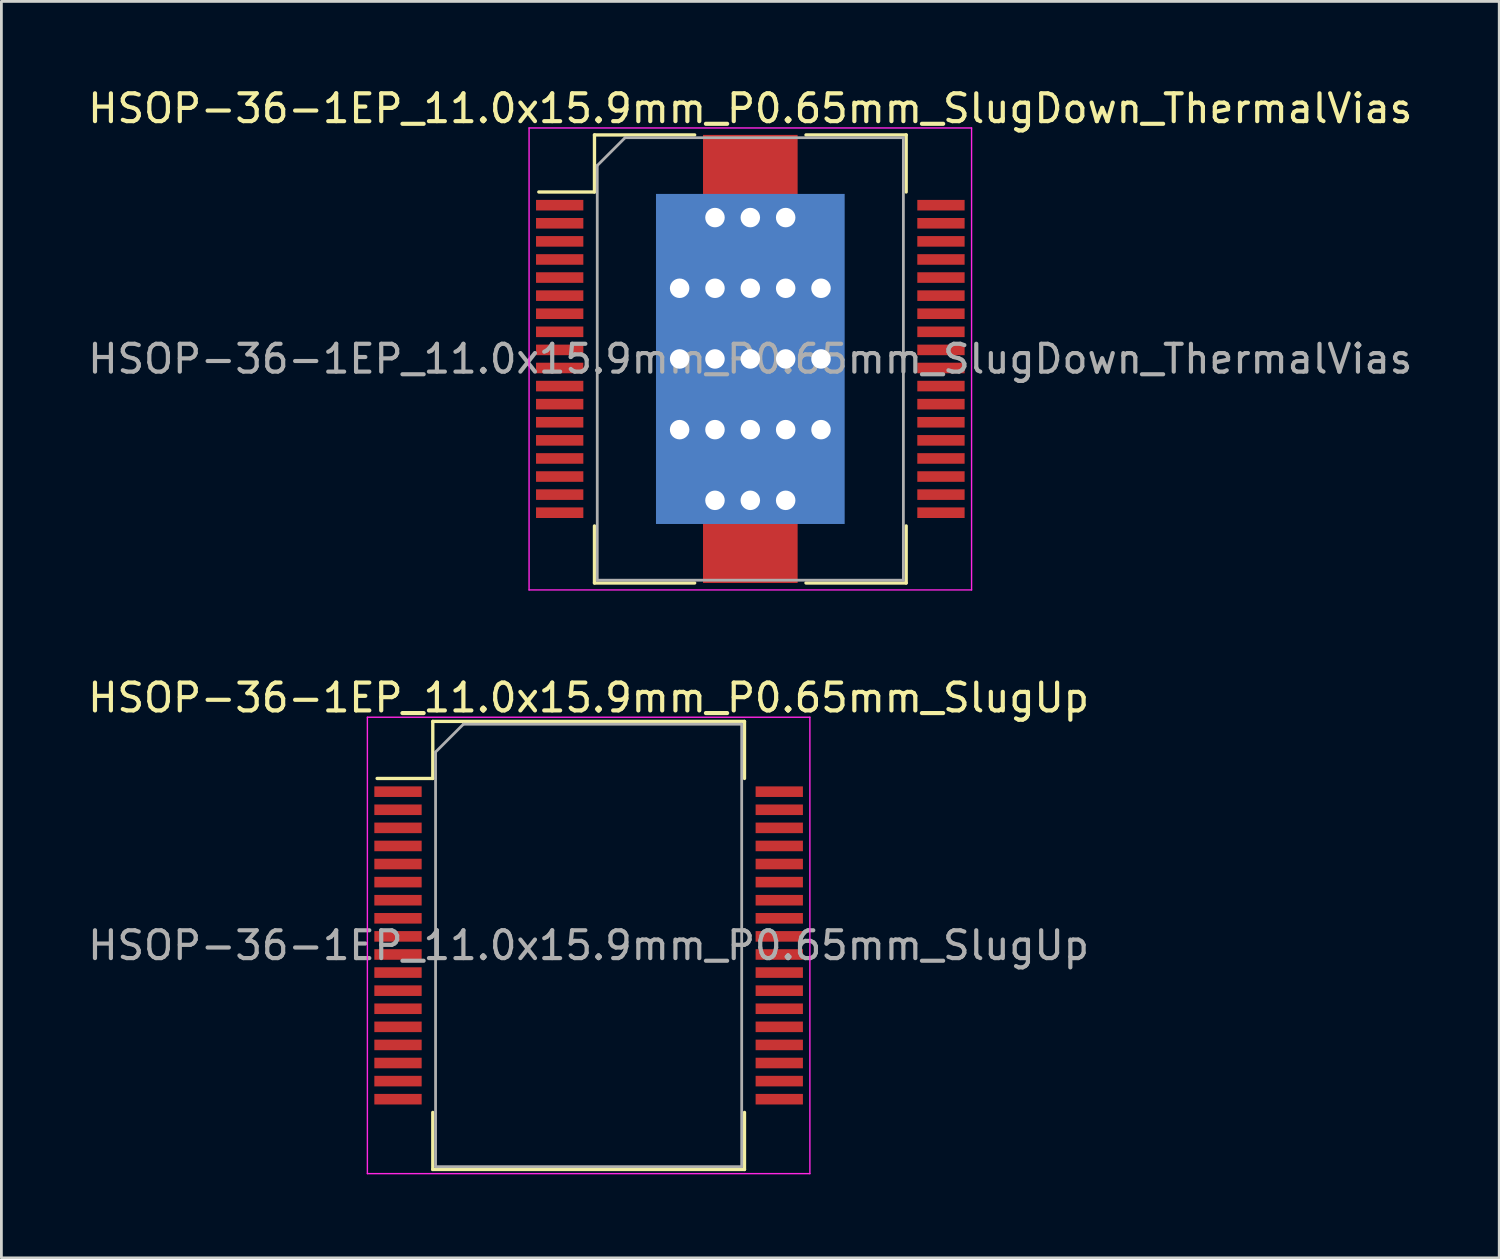
<source format=kicad_pcb>
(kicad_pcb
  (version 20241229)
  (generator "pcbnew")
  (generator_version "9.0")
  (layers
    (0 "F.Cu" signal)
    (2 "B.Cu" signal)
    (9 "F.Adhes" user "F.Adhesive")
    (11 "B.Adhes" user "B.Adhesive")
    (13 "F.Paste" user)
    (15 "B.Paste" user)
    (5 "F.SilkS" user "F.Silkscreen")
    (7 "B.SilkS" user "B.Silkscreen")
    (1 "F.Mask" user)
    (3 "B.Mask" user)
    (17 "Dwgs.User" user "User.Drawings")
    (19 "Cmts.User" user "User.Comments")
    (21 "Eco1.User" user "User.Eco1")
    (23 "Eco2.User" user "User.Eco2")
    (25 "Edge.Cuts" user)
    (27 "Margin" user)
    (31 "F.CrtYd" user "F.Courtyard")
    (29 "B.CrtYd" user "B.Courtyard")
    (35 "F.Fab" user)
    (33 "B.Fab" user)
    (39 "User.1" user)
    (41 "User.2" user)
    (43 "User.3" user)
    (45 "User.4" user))
  (footprint "HSOP-36-1EP_11.0x15.9mm_P0.65mm_SlugUp"
    (layer "F.Cu")
    (at 18.101 30.922)
    (property "Reference" "HSOP-36-1EP_11.0x15.9mm_P0.65mm_SlugUp" (at 0 -8.9 0) (layer "F.SilkS") (effects (font (size 1 1) (thickness 0.15))))
    (attr smd)
    (fp_line (start -5.6 -8.05) (end -5.6 -6) (stroke (width 0.12) (type solid)) (layer "F.SilkS"))
    (fp_line (start -5.6 -6) (end -7.6 -6) (stroke (width 0.12) (type solid)) (layer "F.SilkS"))
    (fp_line (start -5.6 8.05) (end -5.6 6) (stroke (width 0.12) (type solid)) (layer "F.SilkS"))
    (fp_line (start 5.6 -8.05) (end -5.6 -8.05) (stroke (width 0.12) (type solid)) (layer "F.SilkS"))
    (fp_line (start 5.6 -8.05) (end 5.6 -6) (stroke (width 0.12) (type solid)) (layer "F.SilkS"))
    (fp_line (start 5.6 8.05) (end -5.6 8.05) (stroke (width 0.12) (type solid)) (layer "F.SilkS"))
    (fp_line (start 5.6 8.05) (end 5.6 6) (stroke (width 0.12) (type solid)) (layer "F.SilkS"))
    (fp_line (start -7.95 -8.2) (end -7.95 8.2) (stroke (width 0.05) (type solid)) (layer "F.CrtYd"))
    (fp_line (start -7.95 -8.2) (end 7.95 -8.2) (stroke (width 0.05) (type solid)) (layer "F.CrtYd"))
    (fp_line (start 7.95 8.2) (end -7.95 8.2) (stroke (width 0.05) (type solid)) (layer "F.CrtYd"))
    (fp_line (start 7.95 8.2) (end 7.95 -8.2) (stroke (width 0.05) (type solid)) (layer "F.CrtYd"))
    (fp_line (start -5.5 -6.95) (end -5.5 7.95) (stroke (width 0.1) (type solid)) (layer "F.Fab"))
    (fp_line (start -5.5 7.95) (end 5.5 7.95) (stroke (width 0.1) (type solid)) (layer "F.Fab"))
    (fp_line (start -4.5 -7.95) (end -5.5 -6.95) (stroke (width 0.1) (type solid)) (layer "F.Fab"))
    (fp_line (start 5.5 -7.95) (end -4.5 -7.95) (stroke (width 0.1) (type solid)) (layer "F.Fab"))
    (fp_line (start 5.5 7.95) (end 5.5 -7.95) (stroke (width 0.1) (type solid)) (layer "F.Fab"))
    (fp_text user "${REFERENCE}" (at 0 0 0) (layer "F.Fab") (effects (font (size 1 1) (thickness 0.15))))
    (pad "1" smd rect (at -6.85 -5.525) (size 1.7 0.38) (layers "F.Cu" "F.Mask" "F.Paste"))
    (pad "2" smd rect (at -6.85 -4.875) (size 1.7 0.38) (layers "F.Cu" "F.Mask" "F.Paste"))
    (pad "3" smd rect (at -6.85 -4.225) (size 1.7 0.38) (layers "F.Cu" "F.Mask" "F.Paste"))
    (pad "4" smd rect (at -6.85 -3.575) (size 1.7 0.38) (layers "F.Cu" "F.Mask" "F.Paste"))
    (pad "5" smd rect (at -6.85 -2.925) (size 1.7 0.38) (layers "F.Cu" "F.Mask" "F.Paste"))
    (pad "6" smd rect (at -6.85 -2.275) (size 1.7 0.38) (layers "F.Cu" "F.Mask" "F.Paste"))
    (pad "7" smd rect (at -6.85 -1.625) (size 1.7 0.38) (layers "F.Cu" "F.Mask" "F.Paste"))
    (pad "8" smd rect (at -6.85 -0.975) (size 1.7 0.38) (layers "F.Cu" "F.Mask" "F.Paste"))
    (pad "9" smd rect (at -6.85 -0.325) (size 1.7 0.38) (layers "F.Cu" "F.Mask" "F.Paste"))
    (pad "10" smd rect (at -6.85 0.325) (size 1.7 0.38) (layers "F.Cu" "F.Mask" "F.Paste"))
    (pad "11" smd rect (at -6.85 0.975) (size 1.7 0.38) (layers "F.Cu" "F.Mask" "F.Paste"))
    (pad "12" smd rect (at -6.85 1.625) (size 1.7 0.38) (layers "F.Cu" "F.Mask" "F.Paste"))
    (pad "13" smd rect (at -6.85 2.275) (size 1.7 0.38) (layers "F.Cu" "F.Mask" "F.Paste"))
    (pad "14" smd rect (at -6.85 2.925) (size 1.7 0.38) (layers "F.Cu" "F.Mask" "F.Paste"))
    (pad "15" smd rect (at -6.85 3.575) (size 1.7 0.38) (layers "F.Cu" "F.Mask" "F.Paste"))
    (pad "16" smd rect (at -6.85 4.225) (size 1.7 0.38) (layers "F.Cu" "F.Mask" "F.Paste"))
    (pad "17" smd rect (at -6.85 4.875) (size 1.7 0.38) (layers "F.Cu" "F.Mask" "F.Paste"))
    (pad "18" smd rect (at -6.85 5.525) (size 1.7 0.38) (layers "F.Cu" "F.Mask" "F.Paste"))
    (pad "19" smd rect (at 6.85 5.525) (size 1.7 0.38) (layers "F.Cu" "F.Mask" "F.Paste"))
    (pad "20" smd rect (at 6.85 4.875) (size 1.7 0.38) (layers "F.Cu" "F.Mask" "F.Paste"))
    (pad "21" smd rect (at 6.85 4.225) (size 1.7 0.38) (layers "F.Cu" "F.Mask" "F.Paste"))
    (pad "22" smd rect (at 6.85 3.575) (size 1.7 0.38) (layers "F.Cu" "F.Mask" "F.Paste"))
    (pad "23" smd rect (at 6.85 2.925) (size 1.7 0.38) (layers "F.Cu" "F.Mask" "F.Paste"))
    (pad "24" smd rect (at 6.85 2.275) (size 1.7 0.38) (layers "F.Cu" "F.Mask" "F.Paste"))
    (pad "25" smd rect (at 6.85 1.625) (size 1.7 0.38) (layers "F.Cu" "F.Mask" "F.Paste"))
    (pad "26" smd rect (at 6.85 0.975) (size 1.7 0.38) (layers "F.Cu" "F.Mask" "F.Paste"))
    (pad "27" smd rect (at 6.85 0.325) (size 1.7 0.38) (layers "F.Cu" "F.Mask" "F.Paste"))
    (pad "28" smd rect (at 6.85 -0.325) (size 1.7 0.38) (layers "F.Cu" "F.Mask" "F.Paste"))
    (pad "29" smd rect (at 6.85 -0.975) (size 1.7 0.38) (layers "F.Cu" "F.Mask" "F.Paste"))
    (pad "30" smd rect (at 6.85 -1.625) (size 1.7 0.38) (layers "F.Cu" "F.Mask" "F.Paste"))
    (pad "31" smd rect (at 6.85 -2.275) (size 1.7 0.38) (layers "F.Cu" "F.Mask" "F.Paste"))
    (pad "32" smd rect (at 6.85 -2.925) (size 1.7 0.38) (layers "F.Cu" "F.Mask" "F.Paste"))
    (pad "33" smd rect (at 6.85 -3.575) (size 1.7 0.38) (layers "F.Cu" "F.Mask" "F.Paste"))
    (pad "34" smd rect (at 6.85 -4.225) (size 1.7 0.38) (layers "F.Cu" "F.Mask" "F.Paste"))
    (pad "35" smd rect (at 6.85 -4.875) (size 1.7 0.38) (layers "F.Cu" "F.Mask" "F.Paste"))
    (pad "36" smd rect (at 6.85 -5.525) (size 1.7 0.38) (layers "F.Cu" "F.Mask" "F.Paste")))
  (footprint "HSOP-36-1EP_11.0x15.9mm_P0.65mm_SlugDown_ThermalVias"
    (layer "F.Cu")
    (at 23.911 9.848)
    (property "Reference" "HSOP-36-1EP_11.0x15.9mm_P0.65mm_SlugDown_ThermalVias" (at 0 -9 0) (layer "F.SilkS") (effects (font (size 1 1) (thickness 0.15))))
    (attr smd)
    (fp_line (start -5.6 -8.05) (end -5.6 -6) (stroke (width 0.12) (type solid)) (layer "F.SilkS"))
    (fp_line (start -5.6 -6) (end -7.6 -6) (stroke (width 0.12) (type solid)) (layer "F.SilkS"))
    (fp_line (start -5.6 8.05) (end -5.6 6) (stroke (width 0.12) (type solid)) (layer "F.SilkS"))
    (fp_line (start -2 -8.05) (end -5.6 -8.05) (stroke (width 0.12) (type solid)) (layer "F.SilkS"))
    (fp_line (start -2 8.05) (end -5.6 8.05) (stroke (width 0.12) (type solid)) (layer "F.SilkS"))
    (fp_line (start 5.6 -8.05) (end 2 -8.05) (stroke (width 0.12) (type solid)) (layer "F.SilkS"))
    (fp_line (start 5.6 -8.05) (end 5.6 -6) (stroke (width 0.12) (type solid)) (layer "F.SilkS"))
    (fp_line (start 5.6 8.05) (end 2 8.05) (stroke (width 0.12) (type solid)) (layer "F.SilkS"))
    (fp_line (start 5.6 8.05) (end 5.6 6) (stroke (width 0.12) (type solid)) (layer "F.SilkS"))
    (fp_line (start -7.95 -8.3) (end -7.95 8.3) (stroke (width 0.05) (type solid)) (layer "F.CrtYd"))
    (fp_line (start -7.95 -8.3) (end 7.95 -8.3) (stroke (width 0.05) (type solid)) (layer "F.CrtYd"))
    (fp_line (start 7.95 8.3) (end -7.95 8.3) (stroke (width 0.05) (type solid)) (layer "F.CrtYd"))
    (fp_line (start 7.95 8.3) (end 7.95 -8.3) (stroke (width 0.05) (type solid)) (layer "F.CrtYd"))
    (fp_line (start -5.5 -6.95) (end -5.5 7.95) (stroke (width 0.1) (type solid)) (layer "F.Fab"))
    (fp_line (start -5.5 7.95) (end 5.5 7.95) (stroke (width 0.1) (type solid)) (layer "F.Fab"))
    (fp_line (start -4.5 -7.95) (end -5.5 -6.95) (stroke (width 0.1) (type solid)) (layer "F.Fab"))
    (fp_line (start 5.5 -7.95) (end -4.5 -7.95) (stroke (width 0.1) (type solid)) (layer "F.Fab"))
    (fp_line (start 5.5 7.95) (end 5.5 -7.95) (stroke (width 0.1) (type solid)) (layer "F.Fab"))
    (fp_text user "${REFERENCE}" (at 0 0 0) (layer "F.Fab") (effects (font (size 1 1) (thickness 0.15))))
    (pad "1" smd rect (at -6.85 -5.525) (size 1.7 0.38) (layers "F.Cu" "F.Mask" "F.Paste"))
    (pad "2" smd rect (at -6.85 -4.875) (size 1.7 0.38) (layers "F.Cu" "F.Mask" "F.Paste"))
    (pad "3" smd rect (at -6.85 -4.225) (size 1.7 0.38) (layers "F.Cu" "F.Mask" "F.Paste"))
    (pad "4" smd rect (at -6.85 -3.575) (size 1.7 0.38) (layers "F.Cu" "F.Mask" "F.Paste"))
    (pad "5" smd rect (at -6.85 -2.925) (size 1.7 0.38) (layers "F.Cu" "F.Mask" "F.Paste"))
    (pad "6" smd rect (at -6.85 -2.275) (size 1.7 0.38) (layers "F.Cu" "F.Mask" "F.Paste"))
    (pad "7" smd rect (at -6.85 -1.625) (size 1.7 0.38) (layers "F.Cu" "F.Mask" "F.Paste"))
    (pad "8" smd rect (at -6.85 -0.975) (size 1.7 0.38) (layers "F.Cu" "F.Mask" "F.Paste"))
    (pad "9" smd rect (at -6.85 -0.325) (size 1.7 0.38) (layers "F.Cu" "F.Mask" "F.Paste"))
    (pad "10" smd rect (at -6.85 0.325) (size 1.7 0.38) (layers "F.Cu" "F.Mask" "F.Paste"))
    (pad "11" smd rect (at -6.85 0.975) (size 1.7 0.38) (layers "F.Cu" "F.Mask" "F.Paste"))
    (pad "12" smd rect (at -6.85 1.625) (size 1.7 0.38) (layers "F.Cu" "F.Mask" "F.Paste"))
    (pad "13" smd rect (at -6.85 2.275) (size 1.7 0.38) (layers "F.Cu" "F.Mask" "F.Paste"))
    (pad "14" smd rect (at -6.85 2.925) (size 1.7 0.38) (layers "F.Cu" "F.Mask" "F.Paste"))
    (pad "15" smd rect (at -6.85 3.575) (size 1.7 0.38) (layers "F.Cu" "F.Mask" "F.Paste"))
    (pad "16" smd rect (at -6.85 4.225) (size 1.7 0.38) (layers "F.Cu" "F.Mask" "F.Paste"))
    (pad "17" smd rect (at -6.85 4.875) (size 1.7 0.38) (layers "F.Cu" "F.Mask" "F.Paste"))
    (pad "18" smd rect (at -6.85 5.525) (size 1.7 0.38) (layers "F.Cu" "F.Mask" "F.Paste"))
    (pad "19" smd rect (at 6.85 5.525) (size 1.7 0.38) (layers "F.Cu" "F.Mask" "F.Paste"))
    (pad "20" smd rect (at 6.85 4.875) (size 1.7 0.38) (layers "F.Cu" "F.Mask" "F.Paste"))
    (pad "21" smd rect (at 6.85 4.225) (size 1.7 0.38) (layers "F.Cu" "F.Mask" "F.Paste"))
    (pad "22" smd rect (at 6.85 3.575) (size 1.7 0.38) (layers "F.Cu" "F.Mask" "F.Paste"))
    (pad "23" smd rect (at 6.85 2.925) (size 1.7 0.38) (layers "F.Cu" "F.Mask" "F.Paste"))
    (pad "24" smd rect (at 6.85 2.275) (size 1.7 0.38) (layers "F.Cu" "F.Mask" "F.Paste"))
    (pad "25" smd rect (at 6.85 1.625) (size 1.7 0.38) (layers "F.Cu" "F.Mask" "F.Paste"))
    (pad "26" smd rect (at 6.85 0.975) (size 1.7 0.38) (layers "F.Cu" "F.Mask" "F.Paste"))
    (pad "27" smd rect (at 6.85 0.325) (size 1.7 0.38) (layers "F.Cu" "F.Mask" "F.Paste"))
    (pad "28" smd rect (at 6.85 -0.325) (size 1.7 0.38) (layers "F.Cu" "F.Mask" "F.Paste"))
    (pad "29" smd rect (at 6.85 -0.975) (size 1.7 0.38) (layers "F.Cu" "F.Mask" "F.Paste"))
    (pad "30" smd rect (at 6.85 -1.625) (size 1.7 0.38) (layers "F.Cu" "F.Mask" "F.Paste"))
    (pad "31" smd rect (at 6.85 -2.275) (size 1.7 0.38) (layers "F.Cu" "F.Mask" "F.Paste"))
    (pad "32" smd rect (at 6.85 -2.925) (size 1.7 0.38) (layers "F.Cu" "F.Mask" "F.Paste"))
    (pad "33" smd rect (at 6.85 -3.575) (size 1.7 0.38) (layers "F.Cu" "F.Mask" "F.Paste"))
    (pad "34" smd rect (at 6.85 -4.225) (size 1.7 0.38) (layers "F.Cu" "F.Mask" "F.Paste"))
    (pad "35" smd rect (at 6.85 -4.875) (size 1.7 0.38) (layers "F.Cu" "F.Mask" "F.Paste"))
    (pad "36" smd rect (at 6.85 -5.525) (size 1.7 0.38) (layers "F.Cu" "F.Mask" "F.Paste"))
    (pad "37" thru_hole circle (at -2.54 -2.54) (size 1 1) (drill 0.7) (layers "*.Cu"))
    (pad "37" thru_hole circle (at -2.54 0) (size 1 1) (drill 0.7) (layers "*.Cu"))
    (pad "37" thru_hole circle (at -2.54 2.54) (size 1 1) (drill 0.7) (layers "*.Cu"))
    (pad "37" thru_hole circle (at -1.27 -5.08) (size 1 1) (drill 0.7) (layers "*.Cu"))
    (pad "37" thru_hole circle (at -1.27 -2.54) (size 1 1) (drill 0.7) (layers "*.Cu"))
    (pad "37" thru_hole circle (at -1.27 0) (size 1 1) (drill 0.7) (layers "*.Cu"))
    (pad "37" thru_hole circle (at -1.27 2.54) (size 1 1) (drill 0.7) (layers "*.Cu"))
    (pad "37" thru_hole circle (at -1.27 5.08) (size 1 1) (drill 0.7) (layers "*.Cu"))
    (pad "37" smd rect (at 0 -6.843) (size 3.4 2.415) (layers "F.Cu" "F.Mask" "F.Paste"))
    (pad "37" thru_hole circle (at 0 -5.08) (size 1 1) (drill 0.7) (layers "*.Cu"))
    (pad "37" thru_hole circle (at 0 -2.54) (size 1 1) (drill 0.7) (layers "*.Cu"))
    (pad "37" thru_hole circle (at 0 0) (size 1 1) (drill 0.7) (layers "*.Cu"))
    (pad "37" smd rect (at 0 0) (size 6.4 11.27) (layers "F.Cu" "F.Mask" "F.Paste"))
    (pad "37" smd rect (at 0 0) (size 6.78 11.86) (layers "B.Cu"))
    (pad "37" thru_hole circle (at 0 2.54) (size 1 1) (drill 0.7) (layers "*.Cu"))
    (pad "37" thru_hole circle (at 0 5.08) (size 1 1) (drill 0.7) (layers "*.Cu"))
    (pad "37" smd rect (at 0 6.843) (size 3.4 2.415) (layers "F.Cu" "F.Mask" "F.Paste"))
    (pad "37" thru_hole circle (at 1.27 -5.08) (size 1 1) (drill 0.7) (layers "*.Cu"))
    (pad "37" thru_hole circle (at 1.27 -2.54) (size 1 1) (drill 0.7) (layers "*.Cu"))
    (pad "37" thru_hole circle (at 1.27 0) (size 1 1) (drill 0.7) (layers "*.Cu"))
    (pad "37" thru_hole circle (at 1.27 2.54) (size 1 1) (drill 0.7) (layers "*.Cu"))
    (pad "37" thru_hole circle (at 1.27 5.08) (size 1 1) (drill 0.7) (layers "*.Cu"))
    (pad "37" thru_hole circle (at 2.54 -2.54) (size 1 1) (drill 0.7) (layers "*.Cu"))
    (pad "37" thru_hole circle (at 2.54 0) (size 1 1) (drill 0.7) (layers "*.Cu"))
    (pad "37" thru_hole circle (at 2.54 2.54) (size 1 1) (drill 0.7) (layers "*.Cu")))
  (gr_rect
    (start -3 -3)
    (end 50.821 42.147)
    (stroke (width 0.1) (type default))
    (fill no)
    (layer "Edge.Cuts")))
</source>
